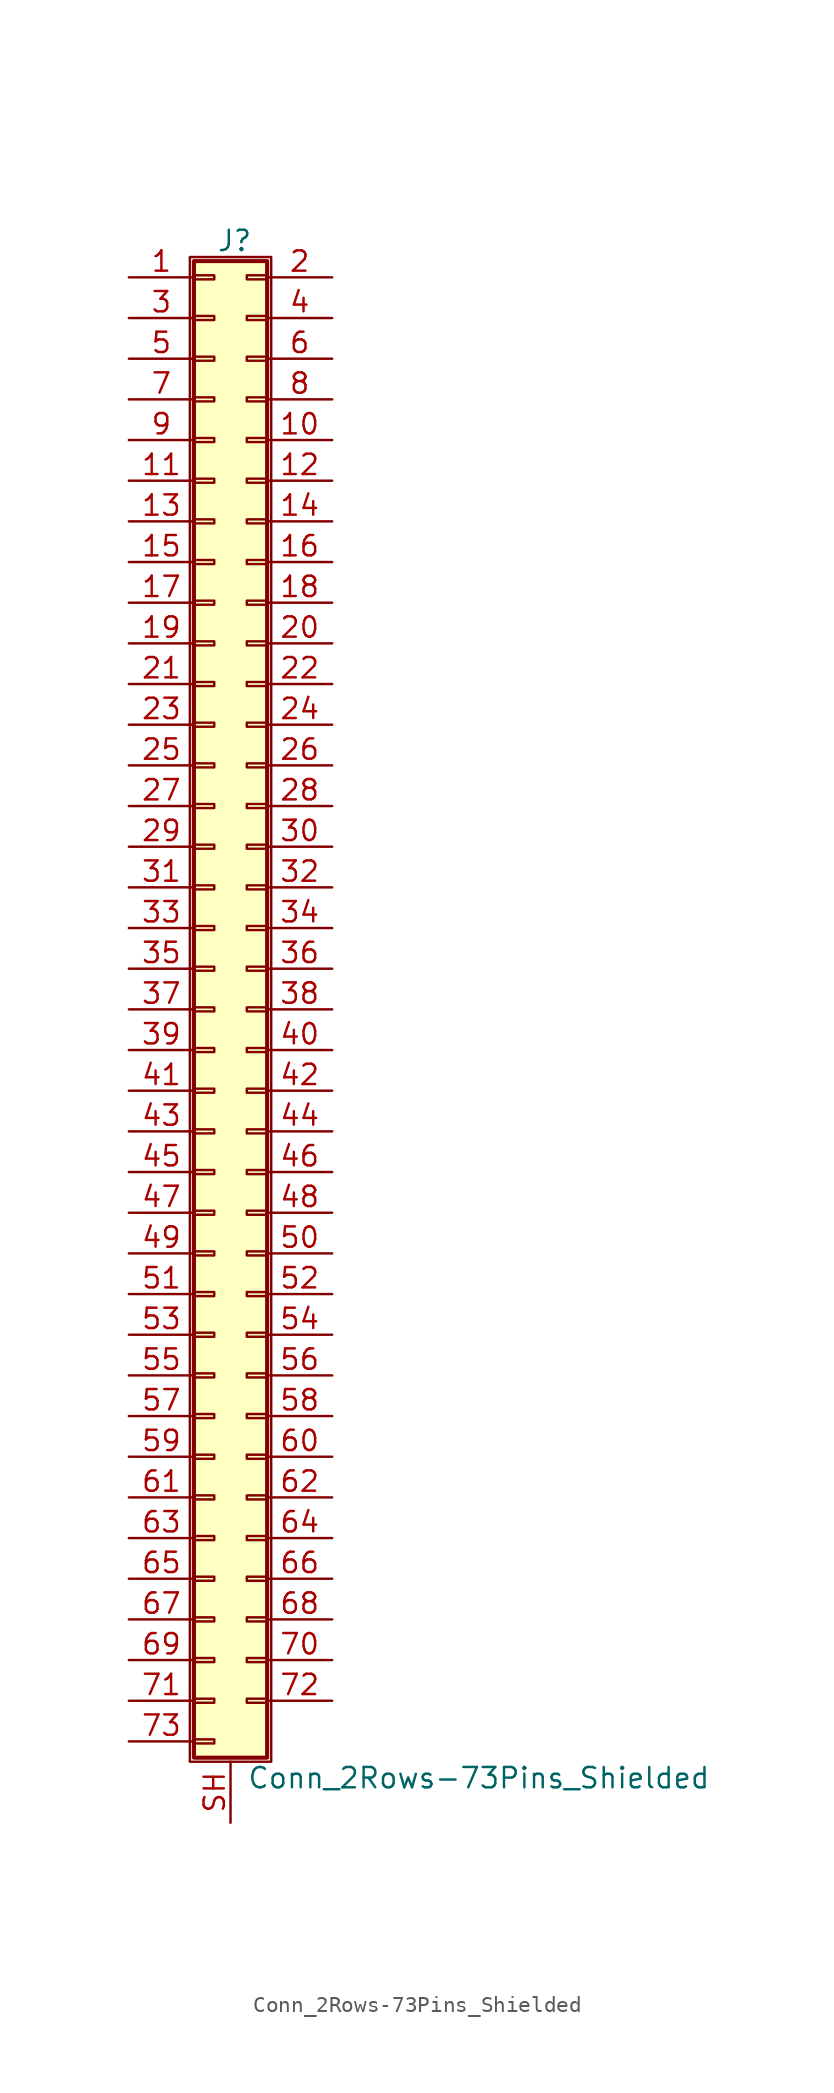
<source format=kicad_sym>
(kicad_symbol_lib
  (version 20220914)
  (generator kicad_symbol_editor)
  (symbol "Conn_2Rows-73Pins_Shielded"
    (pin_names
      (offset 1.016) hide)
    (property "Reference" "J"
      (at 1.524 48.006 0)
      (effects (font (size 1.27 1.27))))
    (property "Value" "Conn_2Rows-73Pins_Shielded"
      (at 2.286 -48.006 0)
      (effects (font (size 1.27 1.27)) (justify left)))
    (symbol "Conn_2Rows-73Pins_Shielded_1_1"
      (rectangle (start -1.27 46.99) (end 3.81 -46.99) (stroke (width 0.152) (type default)) (fill (type none)))
      (rectangle (start -1.016 -45.593) (end 0.254 -45.847) (stroke (width 0.152) (type default)) (fill (type none)))
      (rectangle (start -1.016 -43.053) (end 0.254 -43.307) (stroke (width 0.152) (type default)) (fill (type none)))
      (rectangle (start -1.016 -40.513) (end 0.254 -40.767) (stroke (width 0.152) (type default)) (fill (type none)))
      (rectangle (start -1.016 -37.973) (end 0.254 -38.227) (stroke (width 0.152) (type default)) (fill (type none)))
      (rectangle (start -1.016 -35.433) (end 0.254 -35.687) (stroke (width 0.152) (type default)) (fill (type none)))
      (rectangle (start -1.016 -32.893) (end 0.254 -33.147) (stroke (width 0.152) (type default)) (fill (type none)))
      (rectangle (start -1.016 -30.353) (end 0.254 -30.607) (stroke (width 0.152) (type default)) (fill (type none)))
      (rectangle (start -1.016 -27.813) (end 0.254 -28.067) (stroke (width 0.152) (type default)) (fill (type none)))
      (rectangle (start -1.016 -25.273) (end 0.254 -25.527) (stroke (width 0.152) (type default)) (fill (type none)))
      (rectangle (start -1.016 -22.733) (end 0.254 -22.987) (stroke (width 0.152) (type default)) (fill (type none)))
      (rectangle (start -1.016 -20.193) (end 0.254 -20.447) (stroke (width 0.152) (type default)) (fill (type none)))
      (rectangle (start -1.016 -17.653) (end 0.254 -17.907) (stroke (width 0.152) (type default)) (fill (type none)))
      (rectangle (start -1.016 -15.113) (end 0.254 -15.367) (stroke (width 0.152) (type default)) (fill (type none)))
      (rectangle (start -1.016 -12.573) (end 0.254 -12.827) (stroke (width 0.152) (type default)) (fill (type none)))
      (rectangle (start -1.016 -10.033) (end 0.254 -10.287) (stroke (width 0.152) (type default)) (fill (type none)))
      (rectangle (start -1.016 -7.493) (end 0.254 -7.747) (stroke (width 0.152) (type default)) (fill (type none)))
      (rectangle (start -1.016 -4.953) (end 0.254 -5.207) (stroke (width 0.152) (type default)) (fill (type none)))
      (rectangle (start -1.016 -2.413) (end 0.254 -2.667) (stroke (width 0.152) (type default)) (fill (type none)))
      (rectangle (start -1.016 0.127) (end 0.254 -0.127) (stroke (width 0.152) (type default)) (fill (type none)))
      (rectangle (start -1.016 2.667) (end 0.254 2.413) (stroke (width 0.152) (type default)) (fill (type none)))
      (rectangle (start -1.016 5.207) (end 0.254 4.953) (stroke (width 0.152) (type default)) (fill (type none)))
      (rectangle (start -1.016 7.747) (end 0.254 7.493) (stroke (width 0.152) (type default)) (fill (type none)))
      (rectangle (start -1.016 10.287) (end 0.254 10.033) (stroke (width 0.152) (type default)) (fill (type none)))
      (rectangle (start -1.016 12.827) (end 0.254 12.573) (stroke (width 0.152) (type default)) (fill (type none)))
      (rectangle (start -1.016 15.367) (end 0.254 15.113) (stroke (width 0.152) (type default)) (fill (type none)))
      (rectangle (start -1.016 17.907) (end 0.254 17.653) (stroke (width 0.152) (type default)) (fill (type none)))
      (rectangle (start -1.016 20.447) (end 0.254 20.193) (stroke (width 0.152) (type default)) (fill (type none)))
      (rectangle (start -1.016 22.987) (end 0.254 22.733) (stroke (width 0.152) (type default)) (fill (type none)))
      (rectangle (start -1.016 25.527) (end 0.254 25.273) (stroke (width 0.152) (type default)) (fill (type none)))
      (rectangle (start -1.016 28.067) (end 0.254 27.813) (stroke (width 0.152) (type default)) (fill (type none)))
      (rectangle (start -1.016 30.607) (end 0.254 30.353) (stroke (width 0.152) (type default)) (fill (type none)))
      (rectangle (start -1.016 33.147) (end 0.254 32.893) (stroke (width 0.152) (type default)) (fill (type none)))
      (rectangle (start -1.016 35.687) (end 0.254 35.433) (stroke (width 0.152) (type default)) (fill (type none)))
      (rectangle (start -1.016 38.227) (end 0.254 37.973) (stroke (width 0.152) (type default)) (fill (type none)))
      (rectangle (start -1.016 40.767) (end 0.254 40.513) (stroke (width 0.152) (type default)) (fill (type none)))
      (rectangle (start -1.016 43.307) (end 0.254 43.053) (stroke (width 0.152) (type default)) (fill (type none)))
      (rectangle (start -1.016 45.847) (end 0.254 45.593) (stroke (width 0.152) (type default)) (fill (type none)))
      (rectangle (start -1.016 46.736) (end 3.556 -46.736) (stroke (width 0.254) (type default)) (fill (type background)))
      (rectangle (start 3.556 -43.053) (end 2.286 -43.307) (stroke (width 0.152) (type default)) (fill (type none)))
      (rectangle (start 3.556 -40.513) (end 2.286 -40.767) (stroke (width 0.152) (type default)) (fill (type none)))
      (rectangle (start 3.556 -37.973) (end 2.286 -38.227) (stroke (width 0.152) (type default)) (fill (type none)))
      (rectangle (start 3.556 -35.433) (end 2.286 -35.687) (stroke (width 0.152) (type default)) (fill (type none)))
      (rectangle (start 3.556 -32.893) (end 2.286 -33.147) (stroke (width 0.152) (type default)) (fill (type none)))
      (rectangle (start 3.556 -30.353) (end 2.286 -30.607) (stroke (width 0.152) (type default)) (fill (type none)))
      (rectangle (start 3.556 -27.813) (end 2.286 -28.067) (stroke (width 0.152) (type default)) (fill (type none)))
      (rectangle (start 3.556 -25.273) (end 2.286 -25.527) (stroke (width 0.152) (type default)) (fill (type none)))
      (rectangle (start 3.556 -22.733) (end 2.286 -22.987) (stroke (width 0.152) (type default)) (fill (type none)))
      (rectangle (start 3.556 -20.193) (end 2.286 -20.447) (stroke (width 0.152) (type default)) (fill (type none)))
      (rectangle (start 3.556 -17.653) (end 2.286 -17.907) (stroke (width 0.152) (type default)) (fill (type none)))
      (rectangle (start 3.556 -15.113) (end 2.286 -15.367) (stroke (width 0.152) (type default)) (fill (type none)))
      (rectangle (start 3.556 -12.573) (end 2.286 -12.827) (stroke (width 0.152) (type default)) (fill (type none)))
      (rectangle (start 3.556 -10.033) (end 2.286 -10.287) (stroke (width 0.152) (type default)) (fill (type none)))
      (rectangle (start 3.556 -7.493) (end 2.286 -7.747) (stroke (width 0.152) (type default)) (fill (type none)))
      (rectangle (start 3.556 -4.953) (end 2.286 -5.207) (stroke (width 0.152) (type default)) (fill (type none)))
      (rectangle (start 3.556 -2.413) (end 2.286 -2.667) (stroke (width 0.152) (type default)) (fill (type none)))
      (rectangle (start 3.556 0.127) (end 2.286 -0.127) (stroke (width 0.152) (type default)) (fill (type none)))
      (rectangle (start 3.556 2.667) (end 2.286 2.413) (stroke (width 0.152) (type default)) (fill (type none)))
      (rectangle (start 3.556 5.207) (end 2.286 4.953) (stroke (width 0.152) (type default)) (fill (type none)))
      (rectangle (start 3.556 7.747) (end 2.286 7.493) (stroke (width 0.152) (type default)) (fill (type none)))
      (rectangle (start 3.556 10.287) (end 2.286 10.033) (stroke (width 0.152) (type default)) (fill (type none)))
      (rectangle (start 3.556 12.827) (end 2.286 12.573) (stroke (width 0.152) (type default)) (fill (type none)))
      (rectangle (start 3.556 15.367) (end 2.286 15.113) (stroke (width 0.152) (type default)) (fill (type none)))
      (rectangle (start 3.556 17.907) (end 2.286 17.653) (stroke (width 0.152) (type default)) (fill (type none)))
      (rectangle (start 3.556 20.447) (end 2.286 20.193) (stroke (width 0.152) (type default)) (fill (type none)))
      (rectangle (start 3.556 22.987) (end 2.286 22.733) (stroke (width 0.152) (type default)) (fill (type none)))
      (rectangle (start 3.556 25.527) (end 2.286 25.273) (stroke (width 0.152) (type default)) (fill (type none)))
      (rectangle (start 3.556 28.067) (end 2.286 27.813) (stroke (width 0.152) (type default)) (fill (type none)))
      (rectangle (start 3.556 30.607) (end 2.286 30.353) (stroke (width 0.152) (type default)) (fill (type none)))
      (rectangle (start 3.556 33.147) (end 2.286 32.893) (stroke (width 0.152) (type default)) (fill (type none)))
      (rectangle (start 3.556 35.687) (end 2.286 35.433) (stroke (width 0.152) (type default)) (fill (type none)))
      (rectangle (start 3.556 38.227) (end 2.286 37.973) (stroke (width 0.152) (type default)) (fill (type none)))
      (rectangle (start 3.556 40.767) (end 2.286 40.513) (stroke (width 0.152) (type default)) (fill (type none)))
      (rectangle (start 3.556 43.307) (end 2.286 43.053) (stroke (width 0.152) (type default)) (fill (type none)))
      (rectangle (start 3.556 45.847) (end 2.286 45.593) (stroke (width 0.152) (type default)) (fill (type none)))
      (pin passive line (at -5.08 45.72 0) (length 4.064) (name "Pin_1" (effects (font (size 1.27 1.27)))) (number "1" (effects (font (size 1.27 1.27)))))
      (pin passive line (at 7.62 35.56 180) (length 4.064) (name "Pin_10" (effects (font (size 1.27 1.27)))) (number "10" (effects (font (size 1.27 1.27)))))
      (pin passive line (at -5.08 33.02 0) (length 4.064) (name "Pin_11" (effects (font (size 1.27 1.27)))) (number "11" (effects (font (size 1.27 1.27)))))
      (pin passive line (at 7.62 33.02 180) (length 4.064) (name "Pin_12" (effects (font (size 1.27 1.27)))) (number "12" (effects (font (size 1.27 1.27)))))
      (pin passive line (at -5.08 30.48 0) (length 4.064) (name "Pin_13" (effects (font (size 1.27 1.27)))) (number "13" (effects (font (size 1.27 1.27)))))
      (pin passive line (at 7.62 30.48 180) (length 4.064) (name "Pin_14" (effects (font (size 1.27 1.27)))) (number "14" (effects (font (size 1.27 1.27)))))
      (pin passive line (at -5.08 27.94 0) (length 4.064) (name "Pin_15" (effects (font (size 1.27 1.27)))) (number "15" (effects (font (size 1.27 1.27)))))
      (pin passive line (at 7.62 27.94 180) (length 4.064) (name "Pin_16" (effects (font (size 1.27 1.27)))) (number "16" (effects (font (size 1.27 1.27)))))
      (pin passive line (at -5.08 25.4 0) (length 4.064) (name "Pin_17" (effects (font (size 1.27 1.27)))) (number "17" (effects (font (size 1.27 1.27)))))
      (pin passive line (at 7.62 25.4 180) (length 4.064) (name "Pin_18" (effects (font (size 1.27 1.27)))) (number "18" (effects (font (size 1.27 1.27)))))
      (pin passive line (at -5.08 22.86 0) (length 4.064) (name "Pin_19" (effects (font (size 1.27 1.27)))) (number "19" (effects (font (size 1.27 1.27)))))
      (pin passive line (at 7.62 45.72 180) (length 4.064) (name "Pin_2" (effects (font (size 1.27 1.27)))) (number "2" (effects (font (size 1.27 1.27)))))
      (pin passive line (at 7.62 22.86 180) (length 4.064) (name "Pin_20" (effects (font (size 1.27 1.27)))) (number "20" (effects (font (size 1.27 1.27)))))
      (pin passive line (at -5.08 20.32 0) (length 4.064) (name "Pin_21" (effects (font (size 1.27 1.27)))) (number "21" (effects (font (size 1.27 1.27)))))
      (pin passive line (at 7.62 20.32 180) (length 4.064) (name "Pin_22" (effects (font (size 1.27 1.27)))) (number "22" (effects (font (size 1.27 1.27)))))
      (pin passive line (at -5.08 17.78 0) (length 4.064) (name "Pin_23" (effects (font (size 1.27 1.27)))) (number "23" (effects (font (size 1.27 1.27)))))
      (pin passive line (at 7.62 17.78 180) (length 4.064) (name "Pin_24" (effects (font (size 1.27 1.27)))) (number "24" (effects (font (size 1.27 1.27)))))
      (pin passive line (at -5.08 15.24 0) (length 4.064) (name "Pin_25" (effects (font (size 1.27 1.27)))) (number "25" (effects (font (size 1.27 1.27)))))
      (pin passive line (at 7.62 15.24 180) (length 4.064) (name "Pin_26" (effects (font (size 1.27 1.27)))) (number "26" (effects (font (size 1.27 1.27)))))
      (pin passive line (at -5.08 12.7 0) (length 4.064) (name "Pin_27" (effects (font (size 1.27 1.27)))) (number "27" (effects (font (size 1.27 1.27)))))
      (pin passive line (at 7.62 12.7 180) (length 4.064) (name "Pin_28" (effects (font (size 1.27 1.27)))) (number "28" (effects (font (size 1.27 1.27)))))
      (pin passive line (at -5.08 10.16 0) (length 4.064) (name "Pin_29" (effects (font (size 1.27 1.27)))) (number "29" (effects (font (size 1.27 1.27)))))
      (pin passive line (at -5.08 43.18 0) (length 4.064) (name "Pin_3" (effects (font (size 1.27 1.27)))) (number "3" (effects (font (size 1.27 1.27)))))
      (pin passive line (at 7.62 10.16 180) (length 4.064) (name "Pin_30" (effects (font (size 1.27 1.27)))) (number "30" (effects (font (size 1.27 1.27)))))
      (pin passive line (at -5.08 7.62 0) (length 4.064) (name "Pin_31" (effects (font (size 1.27 1.27)))) (number "31" (effects (font (size 1.27 1.27)))))
      (pin passive line (at 7.62 7.62 180) (length 4.064) (name "Pin_32" (effects (font (size 1.27 1.27)))) (number "32" (effects (font (size 1.27 1.27)))))
      (pin passive line (at -5.08 5.08 0) (length 4.064) (name "Pin_33" (effects (font (size 1.27 1.27)))) (number "33" (effects (font (size 1.27 1.27)))))
      (pin passive line (at 7.62 5.08 180) (length 4.064) (name "Pin_34" (effects (font (size 1.27 1.27)))) (number "34" (effects (font (size 1.27 1.27)))))
      (pin passive line (at -5.08 2.54 0) (length 4.064) (name "Pin_35" (effects (font (size 1.27 1.27)))) (number "35" (effects (font (size 1.27 1.27)))))
      (pin passive line (at 7.62 2.54 180) (length 4.064) (name "Pin_36" (effects (font (size 1.27 1.27)))) (number "36" (effects (font (size 1.27 1.27)))))
      (pin passive line (at -5.08 0 0) (length 4.064) (name "Pin_37" (effects (font (size 1.27 1.27)))) (number "37" (effects (font (size 1.27 1.27)))))
      (pin passive line (at 7.62 0 180) (length 4.064) (name "Pin_38" (effects (font (size 1.27 1.27)))) (number "38" (effects (font (size 1.27 1.27)))))
      (pin passive line (at -5.08 -2.54 0) (length 4.064) (name "Pin_39" (effects (font (size 1.27 1.27)))) (number "39" (effects (font (size 1.27 1.27)))))
      (pin passive line (at 7.62 43.18 180) (length 4.064) (name "Pin_4" (effects (font (size 1.27 1.27)))) (number "4" (effects (font (size 1.27 1.27)))))
      (pin passive line (at 7.62 -2.54 180) (length 4.064) (name "Pin_40" (effects (font (size 1.27 1.27)))) (number "40" (effects (font (size 1.27 1.27)))))
      (pin passive line (at -5.08 -5.08 0) (length 4.064) (name "Pin_41" (effects (font (size 1.27 1.27)))) (number "41" (effects (font (size 1.27 1.27)))))
      (pin passive line (at 7.62 -5.08 180) (length 4.064) (name "Pin_42" (effects (font (size 1.27 1.27)))) (number "42" (effects (font (size 1.27 1.27)))))
      (pin passive line (at -5.08 -7.62 0) (length 4.064) (name "Pin_43" (effects (font (size 1.27 1.27)))) (number "43" (effects (font (size 1.27 1.27)))))
      (pin passive line (at 7.62 -7.62 180) (length 4.064) (name "Pin_44" (effects (font (size 1.27 1.27)))) (number "44" (effects (font (size 1.27 1.27)))))
      (pin passive line (at -5.08 -10.16 0) (length 4.064) (name "Pin_45" (effects (font (size 1.27 1.27)))) (number "45" (effects (font (size 1.27 1.27)))))
      (pin passive line (at 7.62 -10.16 180) (length 4.064) (name "Pin_46" (effects (font (size 1.27 1.27)))) (number "46" (effects (font (size 1.27 1.27)))))
      (pin passive line (at -5.08 -12.7 0) (length 4.064) (name "Pin_47" (effects (font (size 1.27 1.27)))) (number "47" (effects (font (size 1.27 1.27)))))
      (pin passive line (at 7.62 -12.7 180) (length 4.064) (name "Pin_48" (effects (font (size 1.27 1.27)))) (number "48" (effects (font (size 1.27 1.27)))))
      (pin passive line (at -5.08 -15.24 0) (length 4.064) (name "Pin_49" (effects (font (size 1.27 1.27)))) (number "49" (effects (font (size 1.27 1.27)))))
      (pin passive line (at -5.08 40.64 0) (length 4.064) (name "Pin_5" (effects (font (size 1.27 1.27)))) (number "5" (effects (font (size 1.27 1.27)))))
      (pin passive line (at 7.62 -15.24 180) (length 4.064) (name "Pin_50" (effects (font (size 1.27 1.27)))) (number "50" (effects (font (size 1.27 1.27)))))
      (pin passive line (at -5.08 -17.78 0) (length 4.064) (name "Pin_51" (effects (font (size 1.27 1.27)))) (number "51" (effects (font (size 1.27 1.27)))))
      (pin passive line (at 7.62 -17.78 180) (length 4.064) (name "Pin_52" (effects (font (size 1.27 1.27)))) (number "52" (effects (font (size 1.27 1.27)))))
      (pin passive line (at -5.08 -20.32 0) (length 4.064) (name "Pin_53" (effects (font (size 1.27 1.27)))) (number "53" (effects (font (size 1.27 1.27)))))
      (pin passive line (at 7.62 -20.32 180) (length 4.064) (name "Pin_54" (effects (font (size 1.27 1.27)))) (number "54" (effects (font (size 1.27 1.27)))))
      (pin passive line (at -5.08 -22.86 0) (length 4.064) (name "Pin_55" (effects (font (size 1.27 1.27)))) (number "55" (effects (font (size 1.27 1.27)))))
      (pin passive line (at 7.62 -22.86 180) (length 4.064) (name "Pin_56" (effects (font (size 1.27 1.27)))) (number "56" (effects (font (size 1.27 1.27)))))
      (pin passive line (at -5.08 -25.4 0) (length 4.064) (name "Pin_57" (effects (font (size 1.27 1.27)))) (number "57" (effects (font (size 1.27 1.27)))))
      (pin passive line (at 7.62 -25.4 180) (length 4.064) (name "Pin_58" (effects (font (size 1.27 1.27)))) (number "58" (effects (font (size 1.27 1.27)))))
      (pin passive line (at -5.08 -27.94 0) (length 4.064) (name "Pin_59" (effects (font (size 1.27 1.27)))) (number "59" (effects (font (size 1.27 1.27)))))
      (pin passive line (at 7.62 40.64 180) (length 4.064) (name "Pin_6" (effects (font (size 1.27 1.27)))) (number "6" (effects (font (size 1.27 1.27)))))
      (pin passive line (at 7.62 -27.94 180) (length 4.064) (name "Pin_60" (effects (font (size 1.27 1.27)))) (number "60" (effects (font (size 1.27 1.27)))))
      (pin passive line (at -5.08 -30.48 0) (length 4.064) (name "Pin_61" (effects (font (size 1.27 1.27)))) (number "61" (effects (font (size 1.27 1.27)))))
      (pin passive line (at 7.62 -30.48 180) (length 4.064) (name "Pin_62" (effects (font (size 1.27 1.27)))) (number "62" (effects (font (size 1.27 1.27)))))
      (pin passive line (at -5.08 -33.02 0) (length 4.064) (name "Pin_63" (effects (font (size 1.27 1.27)))) (number "63" (effects (font (size 1.27 1.27)))))
      (pin passive line (at 7.62 -33.02 180) (length 4.064) (name "Pin_64" (effects (font (size 1.27 1.27)))) (number "64" (effects (font (size 1.27 1.27)))))
      (pin passive line (at -5.08 -35.56 0) (length 4.064) (name "Pin_65" (effects (font (size 1.27 1.27)))) (number "65" (effects (font (size 1.27 1.27)))))
      (pin passive line (at 7.62 -35.56 180) (length 4.064) (name "Pin_66" (effects (font (size 1.27 1.27)))) (number "66" (effects (font (size 1.27 1.27)))))
      (pin passive line (at -5.08 -38.1 0) (length 4.064) (name "Pin_67" (effects (font (size 1.27 1.27)))) (number "67" (effects (font (size 1.27 1.27)))))
      (pin passive line (at 7.62 -38.1 180) (length 4.064) (name "Pin_68" (effects (font (size 1.27 1.27)))) (number "68" (effects (font (size 1.27 1.27)))))
      (pin passive line (at -5.08 -40.64 0) (length 4.064) (name "Pin_69" (effects (font (size 1.27 1.27)))) (number "69" (effects (font (size 1.27 1.27)))))
      (pin passive line (at -5.08 38.1 0) (length 4.064) (name "Pin_7" (effects (font (size 1.27 1.27)))) (number "7" (effects (font (size 1.27 1.27)))))
      (pin passive line (at 7.62 -40.64 180) (length 4.064) (name "Pin_70" (effects (font (size 1.27 1.27)))) (number "70" (effects (font (size 1.27 1.27)))))
      (pin passive line (at -5.08 -43.18 0) (length 4.064) (name "Pin_71" (effects (font (size 1.27 1.27)))) (number "71" (effects (font (size 1.27 1.27)))))
      (pin passive line (at 7.62 -43.18 180) (length 4.064) (name "Pin_72" (effects (font (size 1.27 1.27)))) (number "72" (effects (font (size 1.27 1.27)))))
      (pin passive line (at -5.08 -45.72 0) (length 4.064) (name "Pin_73" (effects (font (size 1.27 1.27)))) (number "73" (effects (font (size 1.27 1.27)))))
      (pin passive line (at 7.62 38.1 180) (length 4.064) (name "Pin_8" (effects (font (size 1.27 1.27)))) (number "8" (effects (font (size 1.27 1.27)))))
      (pin passive line (at -5.08 35.56 0) (length 4.064) (name "Pin_9" (effects (font (size 1.27 1.27)))) (number "9" (effects (font (size 1.27 1.27)))))
      (pin passive line (at 1.27 -50.8 90) (length 3.81) (name "Shield" (effects (font (size 1.27 1.27)))) (number "SH" (effects (font (size 1.27 1.27))))))))
</source>
